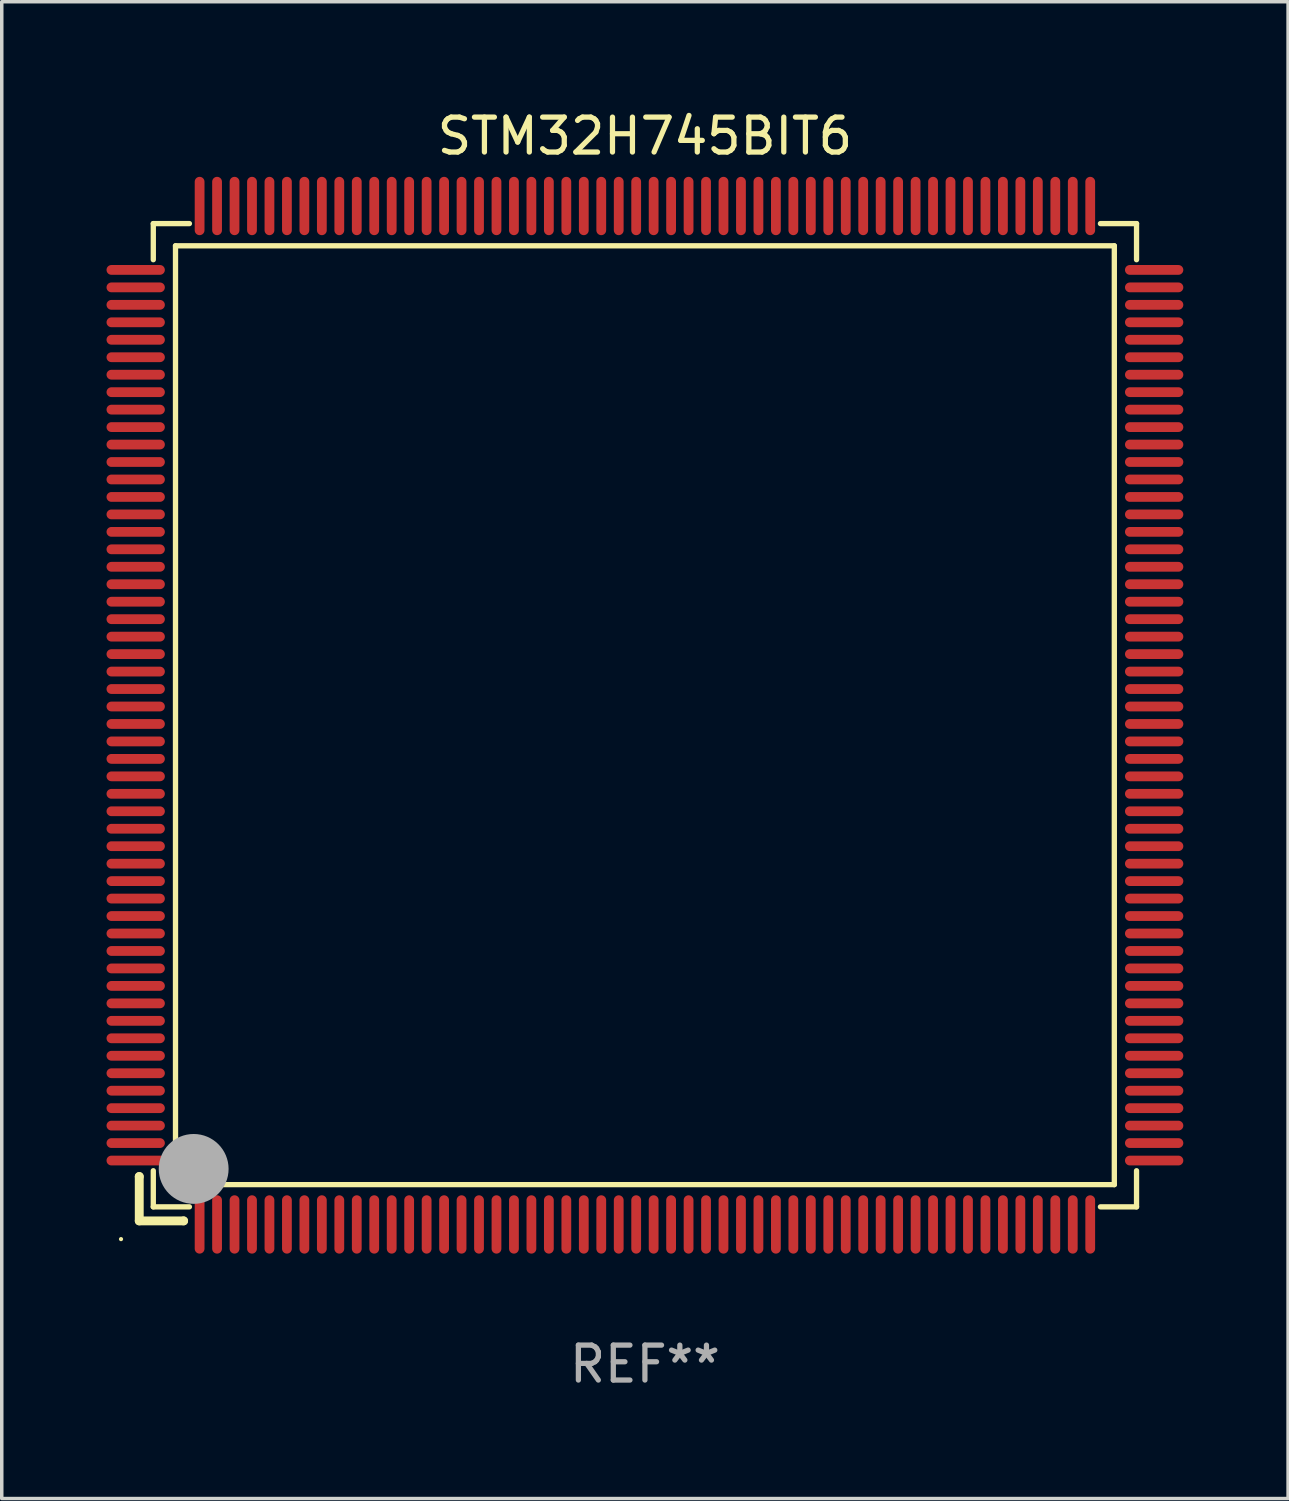
<source format=kicad_pcb>
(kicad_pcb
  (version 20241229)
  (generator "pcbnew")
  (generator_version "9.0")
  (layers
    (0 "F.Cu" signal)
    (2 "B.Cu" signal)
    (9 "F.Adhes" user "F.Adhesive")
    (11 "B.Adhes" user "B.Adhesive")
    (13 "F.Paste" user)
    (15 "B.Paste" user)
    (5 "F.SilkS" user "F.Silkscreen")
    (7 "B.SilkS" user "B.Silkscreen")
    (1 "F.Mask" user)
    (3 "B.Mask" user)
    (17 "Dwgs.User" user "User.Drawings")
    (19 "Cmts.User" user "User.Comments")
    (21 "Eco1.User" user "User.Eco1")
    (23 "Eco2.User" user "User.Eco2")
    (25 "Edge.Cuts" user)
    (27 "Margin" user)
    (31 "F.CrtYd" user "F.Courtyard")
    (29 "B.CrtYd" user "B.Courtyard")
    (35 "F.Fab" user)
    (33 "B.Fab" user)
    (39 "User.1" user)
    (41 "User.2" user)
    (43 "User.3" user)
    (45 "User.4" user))
  (footprint "STM32H745BIT6"
    (layer "F.Cu")
    (at 15.415 17.428)
    (property "Reference" "STM32H745BIT6" (at 0 -16.58 0) (layer "F.SilkS") (effects (font (size 1 1) (thickness 0.15))))
    (attr through_hole)
    (fp_line (start -14.478 13.208) (end -14.478 13.208) (stroke (width 0.254) (type solid)) (layer "F.SilkS"))
    (fp_line (start -14.478 13.208) (end -14.478 14.478) (stroke (width 0.254) (type solid)) (layer "F.SilkS"))
    (fp_line (start -14.478 14.478) (end -13.208 14.478) (stroke (width 0.254) (type solid)) (layer "F.SilkS"))
    (fp_line (start -14.076 -14.076) (end -14.076 -13.042) (stroke (width 0.152) (type solid)) (layer "F.SilkS"))
    (fp_line (start -14.076 14.076) (end -14.076 13.042) (stroke (width 0.152) (type solid)) (layer "F.SilkS"))
    (fp_line (start -13.44 -13.44) (end 13.44 -13.44) (stroke (width 0.152) (type solid)) (layer "F.SilkS"))
    (fp_line (start -13.44 13.44) (end -13.44 -13.44) (stroke (width 0.152) (type solid)) (layer "F.SilkS"))
    (fp_line (start -13.208 14.478) (end -13.208 14.478) (stroke (width 0.254) (type solid)) (layer "F.SilkS"))
    (fp_line (start -13.042 -14.076) (end -14.076 -14.076) (stroke (width 0.152) (type solid)) (layer "F.SilkS"))
    (fp_line (start -13.042 14.076) (end -14.076 14.076) (stroke (width 0.152) (type solid)) (layer "F.SilkS"))
    (fp_line (start 13.042 -14.076) (end 14.076 -14.076) (stroke (width 0.152) (type solid)) (layer "F.SilkS"))
    (fp_line (start 13.042 14.076) (end 14.076 14.076) (stroke (width 0.152) (type solid)) (layer "F.SilkS"))
    (fp_line (start 13.44 -13.44) (end 13.44 13.44) (stroke (width 0.152) (type solid)) (layer "F.SilkS"))
    (fp_line (start 13.44 13.44) (end -13.44 13.44) (stroke (width 0.152) (type solid)) (layer "F.SilkS"))
    (fp_line (start 14.076 -14.076) (end 14.076 -13.042) (stroke (width 0.152) (type solid)) (layer "F.SilkS"))
    (fp_line (start 14.076 14.076) (end 14.076 13.042) (stroke (width 0.152) (type solid)) (layer "F.SilkS"))
    (fp_circle (center -15 15) (end -14.97 15) (stroke (width 0.06) (type solid)) (fill no) (layer "F.SilkS"))
    (fp_circle (center -13.138 13.138) (end -13.063 13.138) (stroke (width 0.15) (type solid)) (fill no) (layer "F.SilkS"))
    (fp_circle (center -12.92 12.99) (end -12.42 12.99) (stroke (width 1) (type solid)) (fill no) (layer "F.Fab"))
    (fp_text user "REF**" (at 0 18.58 0) (layer "F.Fab") (effects (font (size 1 1) (thickness 0.15))))
    (pad "1" smd oval (at -12.75 14.58) (size 0.28 1.67) (layers "F.Cu" "F.Mask" "F.Paste"))
    (pad "2" smd oval (at -12.25 14.58) (size 0.28 1.67) (layers "F.Cu" "F.Mask" "F.Paste"))
    (pad "3" smd oval (at -11.75 14.58) (size 0.28 1.67) (layers "F.Cu" "F.Mask" "F.Paste"))
    (pad "4" smd oval (at -11.25 14.58) (size 0.28 1.67) (layers "F.Cu" "F.Mask" "F.Paste"))
    (pad "5" smd oval (at -10.75 14.58) (size 0.28 1.67) (layers "F.Cu" "F.Mask" "F.Paste"))
    (pad "6" smd oval (at -10.25 14.58) (size 0.28 1.67) (layers "F.Cu" "F.Mask" "F.Paste"))
    (pad "7" smd oval (at -9.75 14.58) (size 0.28 1.67) (layers "F.Cu" "F.Mask" "F.Paste"))
    (pad "8" smd oval (at -9.25 14.58) (size 0.28 1.67) (layers "F.Cu" "F.Mask" "F.Paste"))
    (pad "9" smd oval (at -8.75 14.58) (size 0.28 1.67) (layers "F.Cu" "F.Mask" "F.Paste"))
    (pad "10" smd oval (at -8.25 14.58) (size 0.28 1.67) (layers "F.Cu" "F.Mask" "F.Paste"))
    (pad "11" smd oval (at -7.75 14.58) (size 0.28 1.67) (layers "F.Cu" "F.Mask" "F.Paste"))
    (pad "12" smd oval (at -7.25 14.58) (size 0.28 1.67) (layers "F.Cu" "F.Mask" "F.Paste"))
    (pad "13" smd oval (at -6.75 14.58) (size 0.28 1.67) (layers "F.Cu" "F.Mask" "F.Paste"))
    (pad "14" smd oval (at -6.25 14.58) (size 0.28 1.67) (layers "F.Cu" "F.Mask" "F.Paste"))
    (pad "15" smd oval (at -5.75 14.58) (size 0.28 1.67) (layers "F.Cu" "F.Mask" "F.Paste"))
    (pad "16" smd oval (at -5.25 14.58) (size 0.28 1.67) (layers "F.Cu" "F.Mask" "F.Paste"))
    (pad "17" smd oval (at -4.75 14.58) (size 0.28 1.67) (layers "F.Cu" "F.Mask" "F.Paste"))
    (pad "18" smd oval (at -4.25 14.58) (size 0.28 1.67) (layers "F.Cu" "F.Mask" "F.Paste"))
    (pad "19" smd oval (at -3.75 14.58) (size 0.28 1.67) (layers "F.Cu" "F.Mask" "F.Paste"))
    (pad "20" smd oval (at -3.25 14.58) (size 0.28 1.67) (layers "F.Cu" "F.Mask" "F.Paste"))
    (pad "21" smd oval (at -2.75 14.58) (size 0.28 1.67) (layers "F.Cu" "F.Mask" "F.Paste"))
    (pad "22" smd oval (at -2.25 14.58) (size 0.28 1.67) (layers "F.Cu" "F.Mask" "F.Paste"))
    (pad "23" smd oval (at -1.75 14.58) (size 0.28 1.67) (layers "F.Cu" "F.Mask" "F.Paste"))
    (pad "24" smd oval (at -1.25 14.58) (size 0.28 1.67) (layers "F.Cu" "F.Mask" "F.Paste"))
    (pad "25" smd oval (at -0.75 14.58) (size 0.28 1.67) (layers "F.Cu" "F.Mask" "F.Paste"))
    (pad "26" smd oval (at -0.25 14.58) (size 0.28 1.67) (layers "F.Cu" "F.Mask" "F.Paste"))
    (pad "27" smd oval (at 0.25 14.58) (size 0.28 1.67) (layers "F.Cu" "F.Mask" "F.Paste"))
    (pad "28" smd oval (at 0.75 14.58) (size 0.28 1.67) (layers "F.Cu" "F.Mask" "F.Paste"))
    (pad "29" smd oval (at 1.25 14.58) (size 0.28 1.67) (layers "F.Cu" "F.Mask" "F.Paste"))
    (pad "30" smd oval (at 1.75 14.58) (size 0.28 1.67) (layers "F.Cu" "F.Mask" "F.Paste"))
    (pad "31" smd oval (at 2.25 14.58) (size 0.28 1.67) (layers "F.Cu" "F.Mask" "F.Paste"))
    (pad "32" smd oval (at 2.75 14.58) (size 0.28 1.67) (layers "F.Cu" "F.Mask" "F.Paste"))
    (pad "33" smd oval (at 3.25 14.58) (size 0.28 1.67) (layers "F.Cu" "F.Mask" "F.Paste"))
    (pad "34" smd oval (at 3.75 14.58) (size 0.28 1.67) (layers "F.Cu" "F.Mask" "F.Paste"))
    (pad "35" smd oval (at 4.25 14.58) (size 0.28 1.67) (layers "F.Cu" "F.Mask" "F.Paste"))
    (pad "36" smd oval (at 4.75 14.58) (size 0.28 1.67) (layers "F.Cu" "F.Mask" "F.Paste"))
    (pad "37" smd oval (at 5.25 14.58) (size 0.28 1.67) (layers "F.Cu" "F.Mask" "F.Paste"))
    (pad "38" smd oval (at 5.75 14.58) (size 0.28 1.67) (layers "F.Cu" "F.Mask" "F.Paste"))
    (pad "39" smd oval (at 6.25 14.58) (size 0.28 1.67) (layers "F.Cu" "F.Mask" "F.Paste"))
    (pad "40" smd oval (at 6.75 14.58) (size 0.28 1.67) (layers "F.Cu" "F.Mask" "F.Paste"))
    (pad "41" smd oval (at 7.25 14.58) (size 0.28 1.67) (layers "F.Cu" "F.Mask" "F.Paste"))
    (pad "42" smd oval (at 7.75 14.58) (size 0.28 1.67) (layers "F.Cu" "F.Mask" "F.Paste"))
    (pad "43" smd oval (at 8.25 14.58) (size 0.28 1.67) (layers "F.Cu" "F.Mask" "F.Paste"))
    (pad "44" smd oval (at 8.75 14.58) (size 0.28 1.67) (layers "F.Cu" "F.Mask" "F.Paste"))
    (pad "45" smd oval (at 9.25 14.58) (size 0.28 1.67) (layers "F.Cu" "F.Mask" "F.Paste"))
    (pad "46" smd oval (at 9.75 14.58) (size 0.28 1.67) (layers "F.Cu" "F.Mask" "F.Paste"))
    (pad "47" smd oval (at 10.25 14.58) (size 0.28 1.67) (layers "F.Cu" "F.Mask" "F.Paste"))
    (pad "48" smd oval (at 10.75 14.58) (size 0.28 1.67) (layers "F.Cu" "F.Mask" "F.Paste"))
    (pad "49" smd oval (at 11.25 14.58) (size 0.28 1.67) (layers "F.Cu" "F.Mask" "F.Paste"))
    (pad "50" smd oval (at 11.75 14.58) (size 0.28 1.67) (layers "F.Cu" "F.Mask" "F.Paste"))
    (pad "51" smd oval (at 12.25 14.58) (size 0.28 1.67) (layers "F.Cu" "F.Mask" "F.Paste"))
    (pad "52" smd oval (at 12.75 14.58) (size 0.28 1.67) (layers "F.Cu" "F.Mask" "F.Paste"))
    (pad "53" smd oval (at 14.58 12.75) (size 1.67 0.28) (layers "F.Cu" "F.Mask" "F.Paste"))
    (pad "54" smd oval (at 14.58 12.25) (size 1.67 0.28) (layers "F.Cu" "F.Mask" "F.Paste"))
    (pad "55" smd oval (at 14.58 11.75) (size 1.67 0.28) (layers "F.Cu" "F.Mask" "F.Paste"))
    (pad "56" smd oval (at 14.58 11.25) (size 1.67 0.28) (layers "F.Cu" "F.Mask" "F.Paste"))
    (pad "57" smd oval (at 14.58 10.75) (size 1.67 0.28) (layers "F.Cu" "F.Mask" "F.Paste"))
    (pad "58" smd oval (at 14.58 10.25) (size 1.67 0.28) (layers "F.Cu" "F.Mask" "F.Paste"))
    (pad "59" smd oval (at 14.58 9.75) (size 1.67 0.28) (layers "F.Cu" "F.Mask" "F.Paste"))
    (pad "60" smd oval (at 14.58 9.25) (size 1.67 0.28) (layers "F.Cu" "F.Mask" "F.Paste"))
    (pad "61" smd oval (at 14.58 8.75) (size 1.67 0.28) (layers "F.Cu" "F.Mask" "F.Paste"))
    (pad "62" smd oval (at 14.58 8.25) (size 1.67 0.28) (layers "F.Cu" "F.Mask" "F.Paste"))
    (pad "63" smd oval (at 14.58 7.75) (size 1.67 0.28) (layers "F.Cu" "F.Mask" "F.Paste"))
    (pad "64" smd oval (at 14.58 7.25) (size 1.67 0.28) (layers "F.Cu" "F.Mask" "F.Paste"))
    (pad "65" smd oval (at 14.58 6.75) (size 1.67 0.28) (layers "F.Cu" "F.Mask" "F.Paste"))
    (pad "66" smd oval (at 14.58 6.25) (size 1.67 0.28) (layers "F.Cu" "F.Mask" "F.Paste"))
    (pad "67" smd oval (at 14.58 5.75) (size 1.67 0.28) (layers "F.Cu" "F.Mask" "F.Paste"))
    (pad "68" smd oval (at 14.58 5.25) (size 1.67 0.28) (layers "F.Cu" "F.Mask" "F.Paste"))
    (pad "69" smd oval (at 14.58 4.75) (size 1.67 0.28) (layers "F.Cu" "F.Mask" "F.Paste"))
    (pad "70" smd oval (at 14.58 4.25) (size 1.67 0.28) (layers "F.Cu" "F.Mask" "F.Paste"))
    (pad "71" smd oval (at 14.58 3.75) (size 1.67 0.28) (layers "F.Cu" "F.Mask" "F.Paste"))
    (pad "72" smd oval (at 14.58 3.25) (size 1.67 0.28) (layers "F.Cu" "F.Mask" "F.Paste"))
    (pad "73" smd oval (at 14.58 2.75) (size 1.67 0.28) (layers "F.Cu" "F.Mask" "F.Paste"))
    (pad "74" smd oval (at 14.58 2.25) (size 1.67 0.28) (layers "F.Cu" "F.Mask" "F.Paste"))
    (pad "75" smd oval (at 14.58 1.75) (size 1.67 0.28) (layers "F.Cu" "F.Mask" "F.Paste"))
    (pad "76" smd oval (at 14.58 1.25) (size 1.67 0.28) (layers "F.Cu" "F.Mask" "F.Paste"))
    (pad "77" smd oval (at 14.58 0.75) (size 1.67 0.28) (layers "F.Cu" "F.Mask" "F.Paste"))
    (pad "78" smd oval (at 14.58 0.25) (size 1.67 0.28) (layers "F.Cu" "F.Mask" "F.Paste"))
    (pad "79" smd oval (at 14.58 -0.25) (size 1.67 0.28) (layers "F.Cu" "F.Mask" "F.Paste"))
    (pad "80" smd oval (at 14.58 -0.75) (size 1.67 0.28) (layers "F.Cu" "F.Mask" "F.Paste"))
    (pad "81" smd oval (at 14.58 -1.25) (size 1.67 0.28) (layers "F.Cu" "F.Mask" "F.Paste"))
    (pad "82" smd oval (at 14.58 -1.75) (size 1.67 0.28) (layers "F.Cu" "F.Mask" "F.Paste"))
    (pad "83" smd oval (at 14.58 -2.25) (size 1.67 0.28) (layers "F.Cu" "F.Mask" "F.Paste"))
    (pad "84" smd oval (at 14.58 -2.75) (size 1.67 0.28) (layers "F.Cu" "F.Mask" "F.Paste"))
    (pad "85" smd oval (at 14.58 -3.25) (size 1.67 0.28) (layers "F.Cu" "F.Mask" "F.Paste"))
    (pad "86" smd oval (at 14.58 -3.75) (size 1.67 0.28) (layers "F.Cu" "F.Mask" "F.Paste"))
    (pad "87" smd oval (at 14.58 -4.25) (size 1.67 0.28) (layers "F.Cu" "F.Mask" "F.Paste"))
    (pad "88" smd oval (at 14.58 -4.75) (size 1.67 0.28) (layers "F.Cu" "F.Mask" "F.Paste"))
    (pad "89" smd oval (at 14.58 -5.25) (size 1.67 0.28) (layers "F.Cu" "F.Mask" "F.Paste"))
    (pad "90" smd oval (at 14.58 -5.75) (size 1.67 0.28) (layers "F.Cu" "F.Mask" "F.Paste"))
    (pad "91" smd oval (at 14.58 -6.25) (size 1.67 0.28) (layers "F.Cu" "F.Mask" "F.Paste"))
    (pad "92" smd oval (at 14.58 -6.75) (size 1.67 0.28) (layers "F.Cu" "F.Mask" "F.Paste"))
    (pad "93" smd oval (at 14.58 -7.25) (size 1.67 0.28) (layers "F.Cu" "F.Mask" "F.Paste"))
    (pad "94" smd oval (at 14.58 -7.75) (size 1.67 0.28) (layers "F.Cu" "F.Mask" "F.Paste"))
    (pad "95" smd oval (at 14.58 -8.25) (size 1.67 0.28) (layers "F.Cu" "F.Mask" "F.Paste"))
    (pad "96" smd oval (at 14.58 -8.75) (size 1.67 0.28) (layers "F.Cu" "F.Mask" "F.Paste"))
    (pad "97" smd oval (at 14.58 -9.25) (size 1.67 0.28) (layers "F.Cu" "F.Mask" "F.Paste"))
    (pad "98" smd oval (at 14.58 -9.75) (size 1.67 0.28) (layers "F.Cu" "F.Mask" "F.Paste"))
    (pad "99" smd oval (at 14.58 -10.25) (size 1.67 0.28) (layers "F.Cu" "F.Mask" "F.Paste"))
    (pad "100" smd oval (at 14.58 -10.75) (size 1.67 0.28) (layers "F.Cu" "F.Mask" "F.Paste"))
    (pad "101" smd oval (at 14.58 -11.25) (size 1.67 0.28) (layers "F.Cu" "F.Mask" "F.Paste"))
    (pad "102" smd oval (at 14.58 -11.75) (size 1.67 0.28) (layers "F.Cu" "F.Mask" "F.Paste"))
    (pad "103" smd oval (at 14.58 -12.25) (size 1.67 0.28) (layers "F.Cu" "F.Mask" "F.Paste"))
    (pad "104" smd oval (at 14.58 -12.75) (size 1.67 0.28) (layers "F.Cu" "F.Mask" "F.Paste"))
    (pad "105" smd oval (at 12.75 -14.58) (size 0.28 1.67) (layers "F.Cu" "F.Mask" "F.Paste"))
    (pad "106" smd oval (at 12.25 -14.58) (size 0.28 1.67) (layers "F.Cu" "F.Mask" "F.Paste"))
    (pad "107" smd oval (at 11.75 -14.58) (size 0.28 1.67) (layers "F.Cu" "F.Mask" "F.Paste"))
    (pad "108" smd oval (at 11.25 -14.58) (size 0.28 1.67) (layers "F.Cu" "F.Mask" "F.Paste"))
    (pad "109" smd oval (at 10.75 -14.58) (size 0.28 1.67) (layers "F.Cu" "F.Mask" "F.Paste"))
    (pad "110" smd oval (at 10.25 -14.58) (size 0.28 1.67) (layers "F.Cu" "F.Mask" "F.Paste"))
    (pad "111" smd oval (at 9.75 -14.58) (size 0.28 1.67) (layers "F.Cu" "F.Mask" "F.Paste"))
    (pad "112" smd oval (at 9.25 -14.58) (size 0.28 1.67) (layers "F.Cu" "F.Mask" "F.Paste"))
    (pad "113" smd oval (at 8.75 -14.58) (size 0.28 1.67) (layers "F.Cu" "F.Mask" "F.Paste"))
    (pad "114" smd oval (at 8.25 -14.58) (size 0.28 1.67) (layers "F.Cu" "F.Mask" "F.Paste"))
    (pad "115" smd oval (at 7.75 -14.58) (size 0.28 1.67) (layers "F.Cu" "F.Mask" "F.Paste"))
    (pad "116" smd oval (at 7.25 -14.58) (size 0.28 1.67) (layers "F.Cu" "F.Mask" "F.Paste"))
    (pad "117" smd oval (at 6.75 -14.58) (size 0.28 1.67) (layers "F.Cu" "F.Mask" "F.Paste"))
    (pad "118" smd oval (at 6.25 -14.58) (size 0.28 1.67) (layers "F.Cu" "F.Mask" "F.Paste"))
    (pad "119" smd oval (at 5.75 -14.58) (size 0.28 1.67) (layers "F.Cu" "F.Mask" "F.Paste"))
    (pad "120" smd oval (at 5.25 -14.58) (size 0.28 1.67) (layers "F.Cu" "F.Mask" "F.Paste"))
    (pad "121" smd oval (at 4.75 -14.58) (size 0.28 1.67) (layers "F.Cu" "F.Mask" "F.Paste"))
    (pad "122" smd oval (at 4.25 -14.58) (size 0.28 1.67) (layers "F.Cu" "F.Mask" "F.Paste"))
    (pad "123" smd oval (at 3.75 -14.58) (size 0.28 1.67) (layers "F.Cu" "F.Mask" "F.Paste"))
    (pad "124" smd oval (at 3.25 -14.58) (size 0.28 1.67) (layers "F.Cu" "F.Mask" "F.Paste"))
    (pad "125" smd oval (at 2.75 -14.58) (size 0.28 1.67) (layers "F.Cu" "F.Mask" "F.Paste"))
    (pad "126" smd oval (at 2.25 -14.58) (size 0.28 1.67) (layers "F.Cu" "F.Mask" "F.Paste"))
    (pad "127" smd oval (at 1.75 -14.58) (size 0.28 1.67) (layers "F.Cu" "F.Mask" "F.Paste"))
    (pad "128" smd oval (at 1.25 -14.58) (size 0.28 1.67) (layers "F.Cu" "F.Mask" "F.Paste"))
    (pad "129" smd oval (at 0.75 -14.58) (size 0.28 1.67) (layers "F.Cu" "F.Mask" "F.Paste"))
    (pad "130" smd oval (at 0.25 -14.58) (size 0.28 1.67) (layers "F.Cu" "F.Mask" "F.Paste"))
    (pad "131" smd oval (at -0.25 -14.58) (size 0.28 1.67) (layers "F.Cu" "F.Mask" "F.Paste"))
    (pad "132" smd oval (at -0.75 -14.58) (size 0.28 1.67) (layers "F.Cu" "F.Mask" "F.Paste"))
    (pad "133" smd oval (at -1.25 -14.58) (size 0.28 1.67) (layers "F.Cu" "F.Mask" "F.Paste"))
    (pad "134" smd oval (at -1.75 -14.58) (size 0.28 1.67) (layers "F.Cu" "F.Mask" "F.Paste"))
    (pad "135" smd oval (at -2.25 -14.58) (size 0.28 1.67) (layers "F.Cu" "F.Mask" "F.Paste"))
    (pad "136" smd oval (at -2.75 -14.58) (size 0.28 1.67) (layers "F.Cu" "F.Mask" "F.Paste"))
    (pad "137" smd oval (at -3.25 -14.58) (size 0.28 1.67) (layers "F.Cu" "F.Mask" "F.Paste"))
    (pad "138" smd oval (at -3.75 -14.58) (size 0.28 1.67) (layers "F.Cu" "F.Mask" "F.Paste"))
    (pad "139" smd oval (at -4.25 -14.58) (size 0.28 1.67) (layers "F.Cu" "F.Mask" "F.Paste"))
    (pad "140" smd oval (at -4.75 -14.58) (size 0.28 1.67) (layers "F.Cu" "F.Mask" "F.Paste"))
    (pad "141" smd oval (at -5.25 -14.58) (size 0.28 1.67) (layers "F.Cu" "F.Mask" "F.Paste"))
    (pad "142" smd oval (at -5.75 -14.58) (size 0.28 1.67) (layers "F.Cu" "F.Mask" "F.Paste"))
    (pad "143" smd oval (at -6.25 -14.58) (size 0.28 1.67) (layers "F.Cu" "F.Mask" "F.Paste"))
    (pad "144" smd oval (at -6.75 -14.58) (size 0.28 1.67) (layers "F.Cu" "F.Mask" "F.Paste"))
    (pad "145" smd oval (at -7.25 -14.58) (size 0.28 1.67) (layers "F.Cu" "F.Mask" "F.Paste"))
    (pad "146" smd oval (at -7.75 -14.58) (size 0.28 1.67) (layers "F.Cu" "F.Mask" "F.Paste"))
    (pad "147" smd oval (at -8.25 -14.58) (size 0.28 1.67) (layers "F.Cu" "F.Mask" "F.Paste"))
    (pad "148" smd oval (at -8.75 -14.58) (size 0.28 1.67) (layers "F.Cu" "F.Mask" "F.Paste"))
    (pad "149" smd oval (at -9.25 -14.58) (size 0.28 1.67) (layers "F.Cu" "F.Mask" "F.Paste"))
    (pad "150" smd oval (at -9.75 -14.58) (size 0.28 1.67) (layers "F.Cu" "F.Mask" "F.Paste"))
    (pad "151" smd oval (at -10.25 -14.58) (size 0.28 1.67) (layers "F.Cu" "F.Mask" "F.Paste"))
    (pad "152" smd oval (at -10.75 -14.58) (size 0.28 1.67) (layers "F.Cu" "F.Mask" "F.Paste"))
    (pad "153" smd oval (at -11.25 -14.58) (size 0.28 1.67) (layers "F.Cu" "F.Mask" "F.Paste"))
    (pad "154" smd oval (at -11.75 -14.58) (size 0.28 1.67) (layers "F.Cu" "F.Mask" "F.Paste"))
    (pad "155" smd oval (at -12.25 -14.58) (size 0.28 1.67) (layers "F.Cu" "F.Mask" "F.Paste"))
    (pad "156" smd oval (at -12.75 -14.58) (size 0.28 1.67) (layers "F.Cu" "F.Mask" "F.Paste"))
    (pad "157" smd oval (at -14.58 -12.75) (size 1.67 0.28) (layers "F.Cu" "F.Mask" "F.Paste"))
    (pad "158" smd oval (at -14.58 -12.25) (size 1.67 0.28) (layers "F.Cu" "F.Mask" "F.Paste"))
    (pad "159" smd oval (at -14.58 -11.75) (size 1.67 0.28) (layers "F.Cu" "F.Mask" "F.Paste"))
    (pad "160" smd oval (at -14.58 -11.25) (size 1.67 0.28) (layers "F.Cu" "F.Mask" "F.Paste"))
    (pad "161" smd oval (at -14.58 -10.75) (size 1.67 0.28) (layers "F.Cu" "F.Mask" "F.Paste"))
    (pad "162" smd oval (at -14.58 -10.25) (size 1.67 0.28) (layers "F.Cu" "F.Mask" "F.Paste"))
    (pad "163" smd oval (at -14.58 -9.75) (size 1.67 0.28) (layers "F.Cu" "F.Mask" "F.Paste"))
    (pad "164" smd oval (at -14.58 -9.25) (size 1.67 0.28) (layers "F.Cu" "F.Mask" "F.Paste"))
    (pad "165" smd oval (at -14.58 -8.75) (size 1.67 0.28) (layers "F.Cu" "F.Mask" "F.Paste"))
    (pad "166" smd oval (at -14.58 -8.25) (size 1.67 0.28) (layers "F.Cu" "F.Mask" "F.Paste"))
    (pad "167" smd oval (at -14.58 -7.75) (size 1.67 0.28) (layers "F.Cu" "F.Mask" "F.Paste"))
    (pad "168" smd oval (at -14.58 -7.25) (size 1.67 0.28) (layers "F.Cu" "F.Mask" "F.Paste"))
    (pad "169" smd oval (at -14.58 -6.75) (size 1.67 0.28) (layers "F.Cu" "F.Mask" "F.Paste"))
    (pad "170" smd oval (at -14.58 -6.25) (size 1.67 0.28) (layers "F.Cu" "F.Mask" "F.Paste"))
    (pad "171" smd oval (at -14.58 -5.75) (size 1.67 0.28) (layers "F.Cu" "F.Mask" "F.Paste"))
    (pad "172" smd oval (at -14.58 -5.25) (size 1.67 0.28) (layers "F.Cu" "F.Mask" "F.Paste"))
    (pad "173" smd oval (at -14.58 -4.75) (size 1.67 0.28) (layers "F.Cu" "F.Mask" "F.Paste"))
    (pad "174" smd oval (at -14.58 -4.25) (size 1.67 0.28) (layers "F.Cu" "F.Mask" "F.Paste"))
    (pad "175" smd oval (at -14.58 -3.75) (size 1.67 0.28) (layers "F.Cu" "F.Mask" "F.Paste"))
    (pad "176" smd oval (at -14.58 -3.25) (size 1.67 0.28) (layers "F.Cu" "F.Mask" "F.Paste"))
    (pad "177" smd oval (at -14.58 -2.75) (size 1.67 0.28) (layers "F.Cu" "F.Mask" "F.Paste"))
    (pad "178" smd oval (at -14.58 -2.25) (size 1.67 0.28) (layers "F.Cu" "F.Mask" "F.Paste"))
    (pad "179" smd oval (at -14.58 -1.75) (size 1.67 0.28) (layers "F.Cu" "F.Mask" "F.Paste"))
    (pad "180" smd oval (at -14.58 -1.25) (size 1.67 0.28) (layers "F.Cu" "F.Mask" "F.Paste"))
    (pad "181" smd oval (at -14.58 -0.75) (size 1.67 0.28) (layers "F.Cu" "F.Mask" "F.Paste"))
    (pad "182" smd oval (at -14.58 -0.25) (size 1.67 0.28) (layers "F.Cu" "F.Mask" "F.Paste"))
    (pad "183" smd oval (at -14.58 0.25) (size 1.67 0.28) (layers "F.Cu" "F.Mask" "F.Paste"))
    (pad "184" smd oval (at -14.58 0.75) (size 1.67 0.28) (layers "F.Cu" "F.Mask" "F.Paste"))
    (pad "185" smd oval (at -14.58 1.25) (size 1.67 0.28) (layers "F.Cu" "F.Mask" "F.Paste"))
    (pad "186" smd oval (at -14.58 1.75) (size 1.67 0.28) (layers "F.Cu" "F.Mask" "F.Paste"))
    (pad "187" smd oval (at -14.58 2.25) (size 1.67 0.28) (layers "F.Cu" "F.Mask" "F.Paste"))
    (pad "188" smd oval (at -14.58 2.75) (size 1.67 0.28) (layers "F.Cu" "F.Mask" "F.Paste"))
    (pad "189" smd oval (at -14.58 3.25) (size 1.67 0.28) (layers "F.Cu" "F.Mask" "F.Paste"))
    (pad "190" smd oval (at -14.58 3.75) (size 1.67 0.28) (layers "F.Cu" "F.Mask" "F.Paste"))
    (pad "191" smd oval (at -14.58 4.25) (size 1.67 0.28) (layers "F.Cu" "F.Mask" "F.Paste"))
    (pad "192" smd oval (at -14.58 4.75) (size 1.67 0.28) (layers "F.Cu" "F.Mask" "F.Paste"))
    (pad "193" smd oval (at -14.58 5.25) (size 1.67 0.28) (layers "F.Cu" "F.Mask" "F.Paste"))
    (pad "194" smd oval (at -14.58 5.75) (size 1.67 0.28) (layers "F.Cu" "F.Mask" "F.Paste"))
    (pad "195" smd oval (at -14.58 6.25) (size 1.67 0.28) (layers "F.Cu" "F.Mask" "F.Paste"))
    (pad "196" smd oval (at -14.58 6.75) (size 1.67 0.28) (layers "F.Cu" "F.Mask" "F.Paste"))
    (pad "197" smd oval (at -14.58 7.25) (size 1.67 0.28) (layers "F.Cu" "F.Mask" "F.Paste"))
    (pad "198" smd oval (at -14.58 7.75) (size 1.67 0.28) (layers "F.Cu" "F.Mask" "F.Paste"))
    (pad "199" smd oval (at -14.58 8.25) (size 1.67 0.28) (layers "F.Cu" "F.Mask" "F.Paste"))
    (pad "200" smd oval (at -14.58 8.75) (size 1.67 0.28) (layers "F.Cu" "F.Mask" "F.Paste"))
    (pad "201" smd oval (at -14.58 9.25) (size 1.67 0.28) (layers "F.Cu" "F.Mask" "F.Paste"))
    (pad "202" smd oval (at -14.58 9.75) (size 1.67 0.28) (layers "F.Cu" "F.Mask" "F.Paste"))
    (pad "203" smd oval (at -14.58 10.25) (size 1.67 0.28) (layers "F.Cu" "F.Mask" "F.Paste"))
    (pad "204" smd oval (at -14.58 10.75) (size 1.67 0.28) (layers "F.Cu" "F.Mask" "F.Paste"))
    (pad "205" smd oval (at -14.58 11.25) (size 1.67 0.28) (layers "F.Cu" "F.Mask" "F.Paste"))
    (pad "206" smd oval (at -14.58 11.75) (size 1.67 0.28) (layers "F.Cu" "F.Mask" "F.Paste"))
    (pad "207" smd oval (at -14.58 12.25) (size 1.67 0.28) (layers "F.Cu" "F.Mask" "F.Paste"))
    (pad "208" smd oval (at -14.58 12.75) (size 1.67 0.28) (layers "F.Cu" "F.Mask" "F.Paste")))
  (gr_rect
    (start -3 -3)
    (end 33.83 39.856)
    (stroke (width 0.1) (type default))
    (fill no)
    (layer "Edge.Cuts")))
</source>
